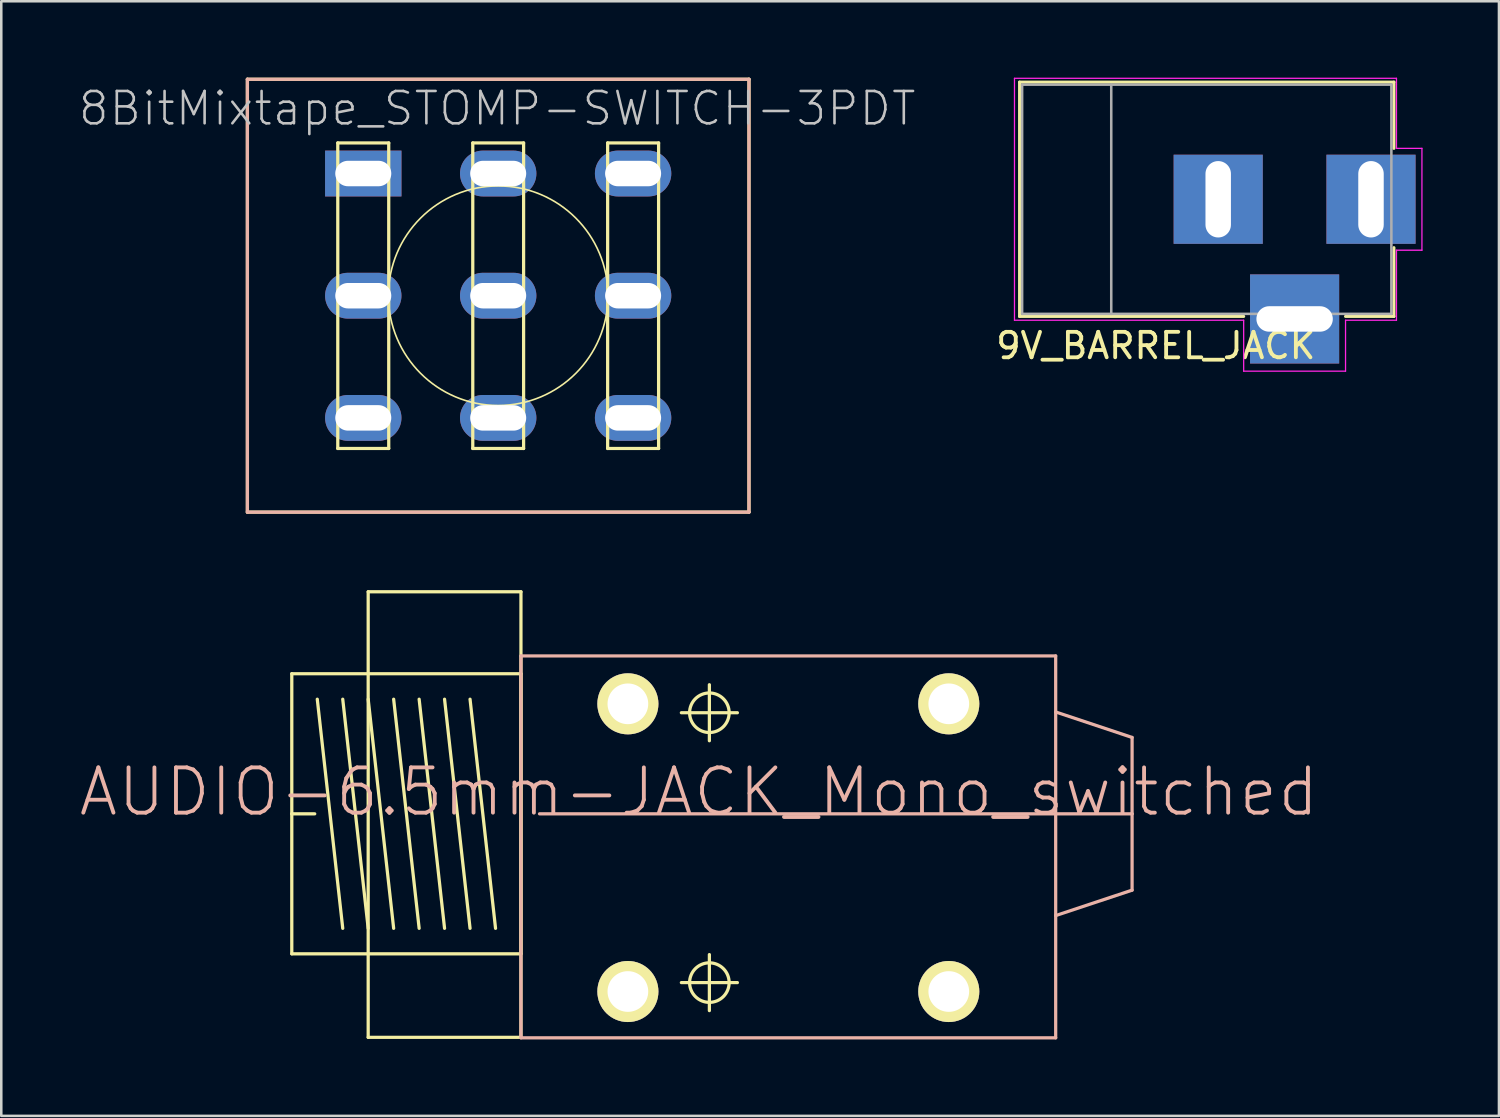
<source format=kicad_pcb>
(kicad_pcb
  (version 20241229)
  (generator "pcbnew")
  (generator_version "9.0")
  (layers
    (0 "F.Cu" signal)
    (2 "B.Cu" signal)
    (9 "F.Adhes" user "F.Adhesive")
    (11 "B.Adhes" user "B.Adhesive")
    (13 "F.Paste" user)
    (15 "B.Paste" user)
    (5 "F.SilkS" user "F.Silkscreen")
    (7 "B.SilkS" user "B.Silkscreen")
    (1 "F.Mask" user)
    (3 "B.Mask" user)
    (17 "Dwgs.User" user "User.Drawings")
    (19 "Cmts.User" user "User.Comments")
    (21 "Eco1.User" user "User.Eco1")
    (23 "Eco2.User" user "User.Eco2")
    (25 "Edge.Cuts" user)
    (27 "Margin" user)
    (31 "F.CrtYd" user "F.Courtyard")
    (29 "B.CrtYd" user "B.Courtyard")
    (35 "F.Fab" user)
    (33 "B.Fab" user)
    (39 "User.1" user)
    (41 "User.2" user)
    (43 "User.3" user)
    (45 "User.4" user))
  (footprint "8BitMixtape_STOMP-SWITCH-3PDT"
    (layer "F.Cu")
    (at 16.513 8.562)
    (property "Reference" "8BitMixtape_STOMP-SWITCH-3PDT" (at -0.038 -7.353 0) (layer "Dwgs.User") (effects (font (size 1.27 1.27) (thickness 0.102))))
    (attr exclude_from_pos_files exclude_from_bom)
    (fp_line (start -9.848 -8.499) (end -9.848 8.499) (stroke (width 0.127) (type solid)) (layer "F.SilkS"))
    (fp_line (start -9.848 8.499) (end 9.848 8.499) (stroke (width 0.127) (type solid)) (layer "F.SilkS"))
    (fp_line (start -6.299 -5.999) (end -6.299 5.999) (stroke (width 0.127) (type solid)) (layer "F.SilkS"))
    (fp_line (start -6.299 5.999) (end -4.298 5.999) (stroke (width 0.127) (type solid)) (layer "F.SilkS"))
    (fp_line (start -4.298 -5.999) (end -6.299 -5.999) (stroke (width 0.127) (type solid)) (layer "F.SilkS"))
    (fp_line (start -4.298 5.999) (end -4.298 -5.999) (stroke (width 0.127) (type solid)) (layer "F.SilkS"))
    (fp_line (start -0.998 -5.999) (end 0.998 -5.999) (stroke (width 0.127) (type solid)) (layer "F.SilkS"))
    (fp_line (start -0.998 5.999) (end -0.998 -5.999) (stroke (width 0.127) (type solid)) (layer "F.SilkS"))
    (fp_line (start 0.998 -5.999) (end 0.998 5.999) (stroke (width 0.127) (type solid)) (layer "F.SilkS"))
    (fp_line (start 0.998 5.999) (end -0.998 5.999) (stroke (width 0.127) (type solid)) (layer "F.SilkS"))
    (fp_line (start 4.298 -5.999) (end 4.298 5.999) (stroke (width 0.127) (type solid)) (layer "F.SilkS"))
    (fp_line (start 4.298 5.999) (end 6.299 5.999) (stroke (width 0.127) (type solid)) (layer "F.SilkS"))
    (fp_line (start 6.299 -5.999) (end 4.298 -5.999) (stroke (width 0.127) (type solid)) (layer "F.SilkS"))
    (fp_line (start 6.299 5.999) (end 6.299 -5.999) (stroke (width 0.127) (type solid)) (layer "F.SilkS"))
    (fp_line (start 9.848 -8.499) (end -9.848 -8.499) (stroke (width 0.127) (type solid)) (layer "F.SilkS"))
    (fp_line (start 9.848 8.499) (end 9.848 -8.499) (stroke (width 0.127) (type solid)) (layer "F.SilkS"))
    (fp_circle (center 0 0) (end -3.048 3.048) (stroke (width 0.064) (type solid)) (fill no) (layer "F.SilkS"))
    (fp_line (start -9.848 -8.499) (end 9.848 -8.499) (stroke (width 0.127) (type solid)) (layer "B.SilkS"))
    (fp_line (start -9.848 8.499) (end -9.848 -8.499) (stroke (width 0.127) (type solid)) (layer "B.SilkS"))
    (fp_line (start 9.848 -8.499) (end 9.848 8.499) (stroke (width 0.127) (type solid)) (layer "B.SilkS"))
    (fp_line (start 9.848 8.499) (end -9.848 8.499) (stroke (width 0.127) (type solid)) (layer "B.SilkS"))
    (pad "1" thru_hole rect (at -5.298 -4.798 90) (size 1.8 3) (drill oval 1 2.2) (layers "*.Cu" "*.Mask"))
    (pad "2" thru_hole oval (at -5.298 0 90) (size 1.8 3) (drill oval 1 2.2) (layers "*.Cu" "*.Mask"))
    (pad "3" thru_hole oval (at -5.298 4.798 90) (size 1.8 3) (drill oval 1 2.2) (layers "*.Cu" "*.Mask"))
    (pad "4" thru_hole oval (at 0 -4.798 90) (size 1.8 3) (drill oval 1 2.2) (layers "*.Cu" "*.Mask"))
    (pad "5" thru_hole oval (at 0 0 90) (size 1.8 3) (drill oval 1 2.2) (layers "*.Cu" "*.Mask"))
    (pad "6" thru_hole oval (at 0 4.798 90) (size 1.8 3) (drill oval 1 2.2) (layers "*.Cu" "*.Mask"))
    (pad "7" thru_hole oval (at 5.298 -4.798 90) (size 1.8 3) (drill oval 1 2.2) (layers "*.Cu" "*.Mask"))
    (pad "8" thru_hole oval (at 5.298 0 90) (size 1.8 3) (drill oval 1 2.2) (layers "*.Cu" "*.Mask"))
    (pad "9" thru_hole oval (at 5.298 4.798 90) (size 1.8 3) (drill oval 1 2.2) (layers "*.Cu" "*.Mask")))
  (footprint "9V_BARREL_JACK"
    (layer "F.Cu")
    (at 50.787 4.775)
    (property "Reference" "9V_BARREL_JACK" (at -8.45 5.75 180) (layer "F.SilkS") (effects (font (size 1 1) (thickness 0.15))))
    (attr through_hole)
    (fp_line (start -13.8 -4.6) (end 0.9 -4.6) (stroke (width 0.12) (type solid)) (layer "F.SilkS"))
    (fp_line (start -13.8 4.6) (end -13.8 -4.6) (stroke (width 0.12) (type solid)) (layer "F.SilkS"))
    (fp_line (start -5 4.6) (end -13.8 4.6) (stroke (width 0.12) (type solid)) (layer "F.SilkS"))
    (fp_line (start 0.9 -4.6) (end 0.9 -2) (stroke (width 0.12) (type solid)) (layer "F.SilkS"))
    (fp_line (start 0.9 1.9) (end 0.9 4.6) (stroke (width 0.12) (type solid)) (layer "F.SilkS"))
    (fp_line (start 0.9 4.6) (end -1 4.6) (stroke (width 0.12) (type solid)) (layer "F.SilkS"))
    (fp_line (start -14 4.75) (end -14 -4.75) (stroke (width 0.05) (type solid)) (layer "F.CrtYd"))
    (fp_line (start -5 4.75) (end -14 4.75) (stroke (width 0.05) (type solid)) (layer "F.CrtYd"))
    (fp_line (start -5 6.75) (end -5 4.75) (stroke (width 0.05) (type solid)) (layer "F.CrtYd"))
    (fp_line (start -1 4.75) (end -1 6.75) (stroke (width 0.05) (type solid)) (layer "F.CrtYd"))
    (fp_line (start -1 6.75) (end -5 6.75) (stroke (width 0.05) (type solid)) (layer "F.CrtYd"))
    (fp_line (start 1 -4.75) (end -14 -4.75) (stroke (width 0.05) (type solid)) (layer "F.CrtYd"))
    (fp_line (start 1 -4.5) (end 1 -4.75) (stroke (width 0.05) (type solid)) (layer "F.CrtYd"))
    (fp_line (start 1 -4.5) (end 1 -2) (stroke (width 0.05) (type solid)) (layer "F.CrtYd"))
    (fp_line (start 1 -2) (end 2 -2) (stroke (width 0.05) (type solid)) (layer "F.CrtYd"))
    (fp_line (start 1 2) (end 1 4.75) (stroke (width 0.05) (type solid)) (layer "F.CrtYd"))
    (fp_line (start 1 4.75) (end -1 4.75) (stroke (width 0.05) (type solid)) (layer "F.CrtYd"))
    (fp_line (start 2 -2) (end 2 2) (stroke (width 0.05) (type solid)) (layer "F.CrtYd"))
    (fp_line (start 2 2) (end 1 2) (stroke (width 0.05) (type solid)) (layer "F.CrtYd"))
    (fp_line (start -13.7 -4.5) (end -13.7 4.5) (stroke (width 0.1) (type solid)) (layer "F.Fab"))
    (fp_line (start -13.7 4.5) (end 0.8 4.5) (stroke (width 0.1) (type solid)) (layer "F.Fab"))
    (fp_line (start -10.2 -4.5) (end -10.2 4.5) (stroke (width 0.1) (type solid)) (layer "F.Fab"))
    (fp_line (start 0.8 -4.5) (end -13.7 -4.5) (stroke (width 0.1) (type solid)) (layer "F.Fab"))
    (fp_line (start 0.8 4.5) (end 0.8 -4.5) (stroke (width 0.1) (type solid)) (layer "F.Fab"))
    (pad "1" thru_hole rect (at 0 0) (size 3.5 3.5) (drill oval 1 3) (layers "*.Cu" "*.Mask"))
    (pad "2" thru_hole rect (at -6 0) (size 3.5 3.5) (drill oval 1 3) (layers "*.Cu" "*.Mask"))
    (pad "3" thru_hole rect (at -3 4.7) (size 3.5 3.5) (drill oval 3 1) (layers "*.Cu" "*.Mask")))
  (footprint "AUDIO-6.5mm-JACK_Mono_switched"
    (layer "F.Cu")
    (at 17.407 28.936)
    (property "Reference" "AUDIO-6.5mm-JACK_Mono_switched" (at 6.985 -0.889 0) (layer "B.SilkS") (effects (font (size 1.778 1.778) (thickness 0.152))))
    (attr exclude_from_pos_files exclude_from_bom)
    (fp_line (start -8.999 -5.53) (end 0 -5.53) (stroke (width 0.127) (type solid)) (layer "F.SilkS"))
    (fp_line (start -8.999 -0.028) (end -8.999 -5.53) (stroke (width 0.127) (type solid)) (layer "F.SilkS"))
    (fp_line (start -8.999 -0.028) (end -8.098 -0.028) (stroke (width 0.127) (type solid)) (layer "F.SilkS"))
    (fp_line (start -8.999 5.469) (end -8.999 -0.028) (stroke (width 0.127) (type solid)) (layer "F.SilkS"))
    (fp_line (start -7.998 -4.529) (end -6.998 4.468) (stroke (width 0.127) (type solid)) (layer "F.SilkS"))
    (fp_line (start -6.998 -4.529) (end -5.999 4.468) (stroke (width 0.127) (type solid)) (layer "F.SilkS"))
    (fp_line (start -5.999 -8.748) (end -5.999 8.748) (stroke (width 0.127) (type solid)) (layer "F.SilkS"))
    (fp_line (start -5.999 -8.748) (end 0 -8.748) (stroke (width 0.127) (type solid)) (layer "F.SilkS"))
    (fp_line (start -5.999 -4.529) (end -4.999 4.468) (stroke (width 0.127) (type solid)) (layer "F.SilkS"))
    (fp_line (start -5.999 8.748) (end 0 8.748) (stroke (width 0.127) (type solid)) (layer "F.SilkS"))
    (fp_line (start -4.999 -4.529) (end -3.998 4.468) (stroke (width 0.127) (type solid)) (layer "F.SilkS"))
    (fp_line (start -3.998 -4.529) (end -3 4.468) (stroke (width 0.127) (type solid)) (layer "F.SilkS"))
    (fp_line (start -3 -4.529) (end -1.999 4.468) (stroke (width 0.127) (type solid)) (layer "F.SilkS"))
    (fp_line (start -1.999 -4.529) (end -0.998 4.468) (stroke (width 0.127) (type solid)) (layer "F.SilkS"))
    (fp_line (start 0 -8.748) (end 0 8.748) (stroke (width 0.127) (type solid)) (layer "F.SilkS"))
    (fp_line (start 0 -5.53) (end 0 5.469) (stroke (width 0.127) (type solid)) (layer "F.SilkS"))
    (fp_line (start 0 5.469) (end -8.999 5.469) (stroke (width 0.127) (type solid)) (layer "F.SilkS"))
    (fp_line (start 6.299 -3.998) (end 8.499 -3.998) (stroke (width 0.127) (type solid)) (layer "F.SilkS"))
    (fp_line (start 6.299 6.599) (end 8.499 6.599) (stroke (width 0.127) (type solid)) (layer "F.SilkS"))
    (fp_line (start 7.399 -2.898) (end 7.399 -5.098) (stroke (width 0.127) (type solid)) (layer "F.SilkS"))
    (fp_line (start 7.399 7.699) (end 7.399 5.499) (stroke (width 0.127) (type solid)) (layer "F.SilkS"))
    (fp_circle (center 7.399 -3.998) (end 7.948 -4.547) (stroke (width 0.127) (type solid)) (fill no) (layer "F.SilkS"))
    (fp_circle (center 7.399 6.599) (end 7.948 7.148) (stroke (width 0.127) (type solid)) (fill no) (layer "F.SilkS"))
    (fp_line (start 0 -6.228) (end 0 8.768) (stroke (width 0.127) (type solid)) (layer "B.SilkS"))
    (fp_line (start 0 8.768) (end 20.998 8.768) (stroke (width 0.127) (type solid)) (layer "B.SilkS"))
    (fp_line (start 0.729 -0.028) (end 23.998 -0.028) (stroke (width 0.127) (type solid)) (layer "B.SilkS"))
    (fp_line (start 20.998 -6.228) (end 0 -6.228) (stroke (width 0.127) (type solid)) (layer "B.SilkS"))
    (fp_line (start 20.998 -4.028) (end 20.998 -6.228) (stroke (width 0.127) (type solid)) (layer "B.SilkS"))
    (fp_line (start 20.998 3.967) (end 20.998 -4.028) (stroke (width 0.127) (type solid)) (layer "B.SilkS"))
    (fp_line (start 20.998 8.768) (end 20.998 3.967) (stroke (width 0.127) (type solid)) (layer "B.SilkS"))
    (fp_line (start 23.998 -3.028) (end 20.998 -4.028) (stroke (width 0.127) (type solid)) (layer "B.SilkS"))
    (fp_line (start 23.998 -0.028) (end 23.998 -3.028) (stroke (width 0.127) (type solid)) (layer "B.SilkS"))
    (fp_line (start 23.998 -0.028) (end 23.998 2.969) (stroke (width 0.127) (type solid)) (layer "B.SilkS"))
    (fp_line (start 23.998 2.969) (end 20.998 3.967) (stroke (width 0.127) (type solid)) (layer "B.SilkS"))
    (pad "1" thru_hole circle (at 16.8 -4.348) (size 2.398 2.398) (drill 1.598) (layers "*.Cu" "F.Mask" "F.SilkS" "F.Paste"))
    (pad "2" thru_hole circle (at 16.8 6.949) (size 2.398 2.398) (drill 1.598) (layers "*.Cu" "F.Mask" "F.SilkS" "F.Paste"))
    (pad "3" thru_hole circle (at 4.199 -4.348) (size 2.398 2.398) (drill 1.598) (layers "*.Cu" "F.Mask" "F.SilkS" "F.Paste"))
    (pad "4" thru_hole circle (at 4.199 6.949) (size 2.398 2.398) (drill 1.598) (layers "*.Cu" "F.Mask" "F.SilkS" "F.Paste")))
  (gr_rect
    (start -3 -3)
    (end 55.812 40.768)
    (stroke (width 0.1) (type default))
    (fill no)
    (layer "Edge.Cuts")))
</source>
